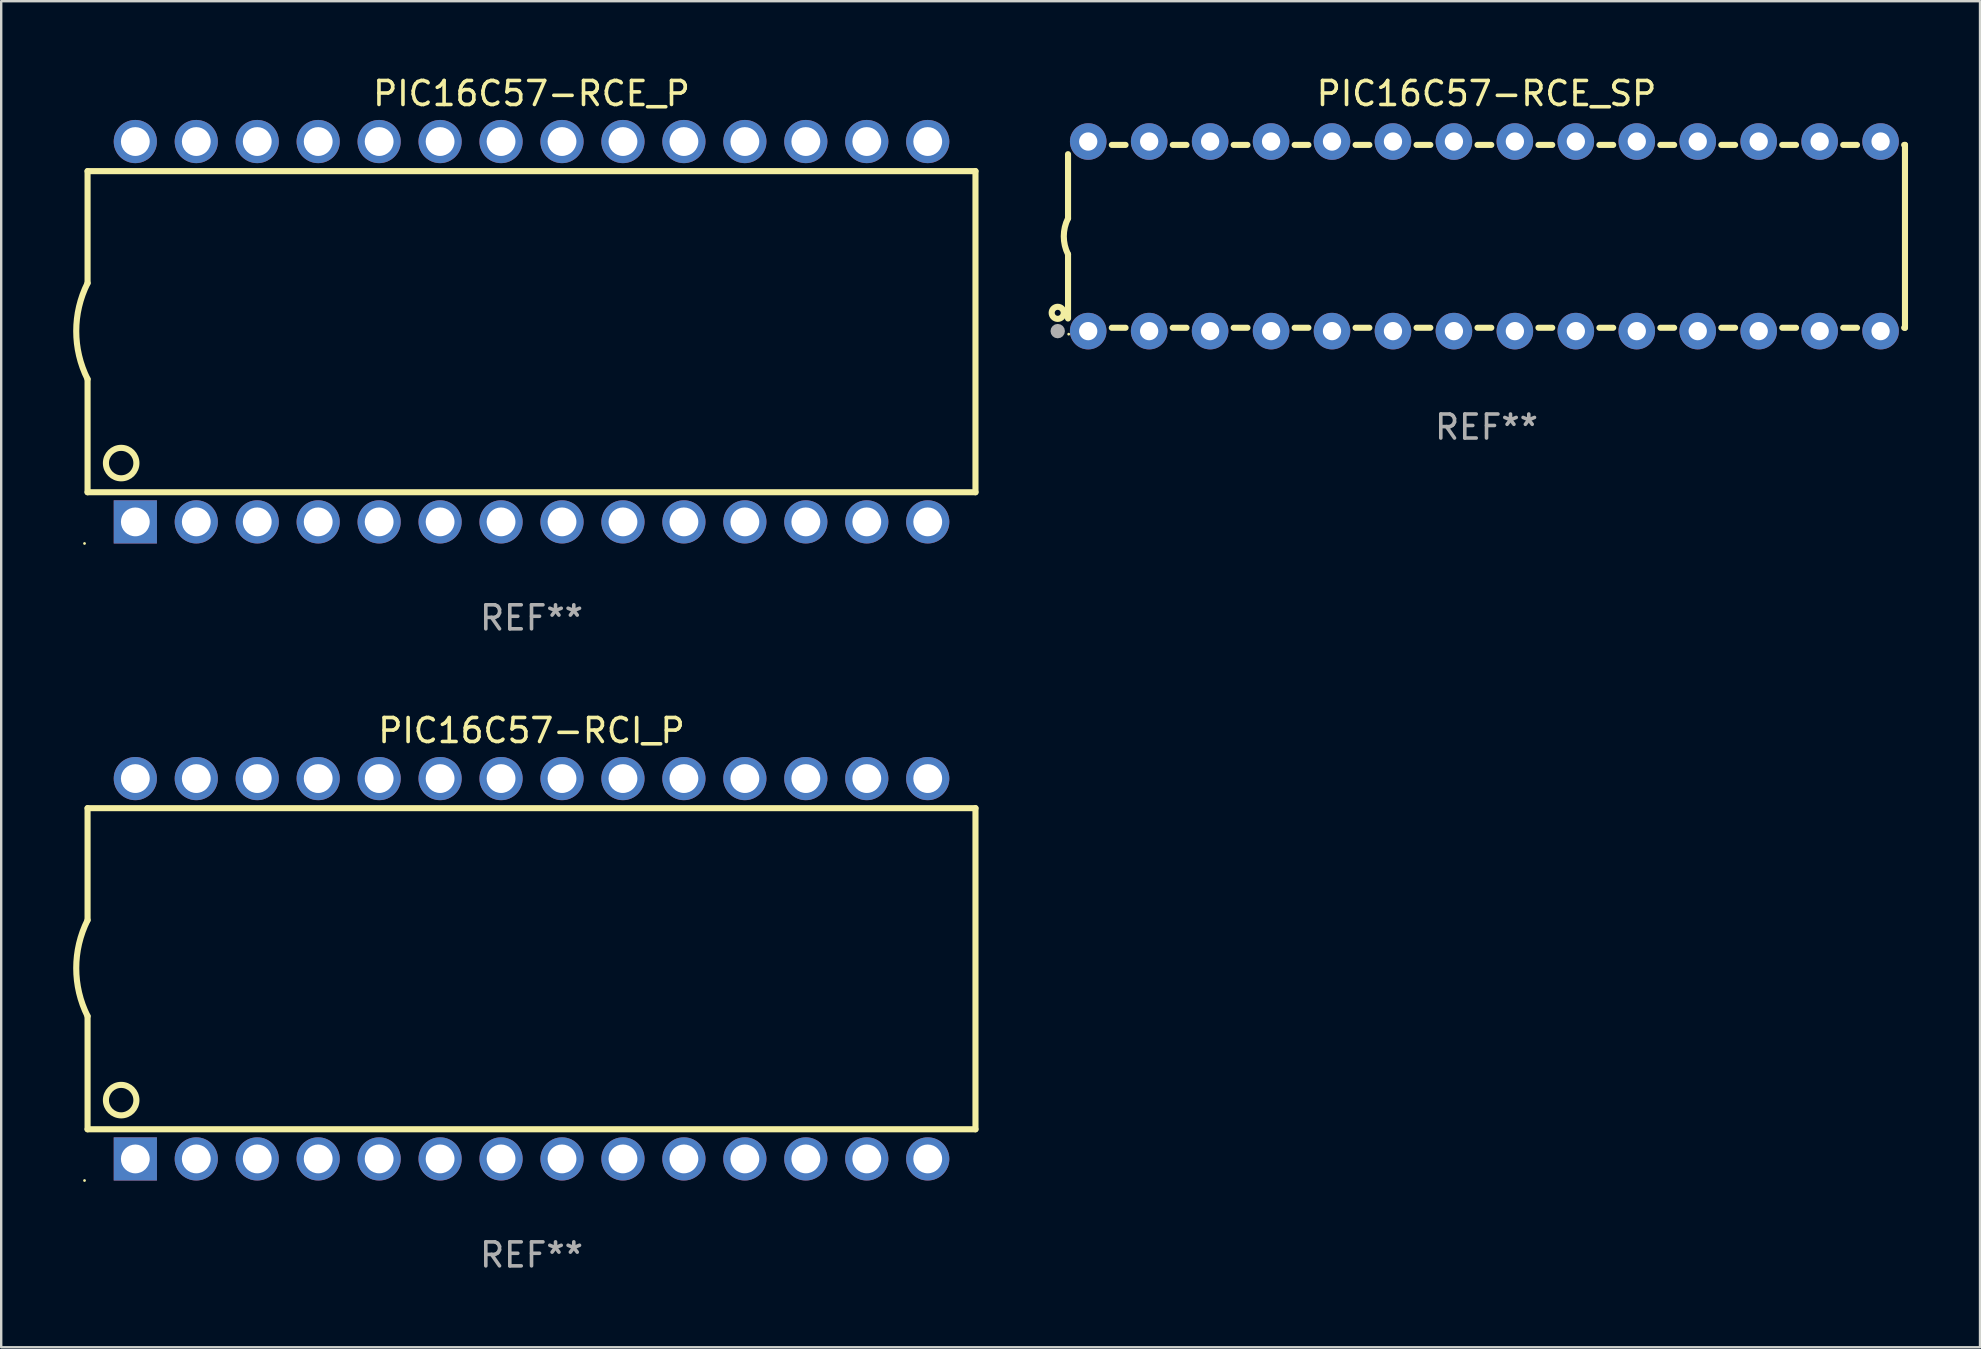
<source format=kicad_pcb>
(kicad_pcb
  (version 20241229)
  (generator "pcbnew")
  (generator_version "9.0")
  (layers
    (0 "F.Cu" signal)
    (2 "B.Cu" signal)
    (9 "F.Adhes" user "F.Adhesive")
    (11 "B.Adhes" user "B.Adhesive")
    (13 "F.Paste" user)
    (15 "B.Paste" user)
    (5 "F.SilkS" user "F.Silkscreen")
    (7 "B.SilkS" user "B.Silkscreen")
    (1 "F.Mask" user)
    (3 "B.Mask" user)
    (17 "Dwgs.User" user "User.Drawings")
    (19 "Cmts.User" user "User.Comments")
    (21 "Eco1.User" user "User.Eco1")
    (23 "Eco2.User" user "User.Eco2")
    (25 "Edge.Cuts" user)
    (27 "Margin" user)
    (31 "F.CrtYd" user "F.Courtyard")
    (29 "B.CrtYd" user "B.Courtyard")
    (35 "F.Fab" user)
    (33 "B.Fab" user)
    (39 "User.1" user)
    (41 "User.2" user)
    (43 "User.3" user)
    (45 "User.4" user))
  (footprint "PIC16C57-RCI_P"
    (layer "F.Cu")
    (at 19.099 37.319)
    (property "Reference" "PIC16C57-RCI_P" (at 0 -9.925 0) (layer "F.SilkS") (effects (font (size 1 1) (thickness 0.15))))
    (attr through_hole)
    (fp_line (start -18.5 -6.692) (end -18.5 -2.026) (stroke (width 0.254) (type solid)) (layer "F.SilkS"))
    (fp_line (start -18.5 6.689) (end -18.5 1.974) (stroke (width 0.254) (type solid)) (layer "F.SilkS"))
    (fp_line (start -18.5 6.689) (end 18.5 6.689) (stroke (width 0.254) (type solid)) (layer "F.SilkS"))
    (fp_line (start 18.5 -6.692) (end -18.5 -6.692) (stroke (width 0.254) (type solid)) (layer "F.SilkS"))
    (fp_line (start 18.5 6.689) (end 18.5 -6.692) (stroke (width 0.254) (type solid)) (layer "F.SilkS"))
    (fp_arc (start -18.500051 1.974346) (mid -18.972187 -0.025654) (end -18.500051 -2.025654) (stroke (width 0.254001) (type solid)) (layer "F.SilkS"))
    (fp_circle (center -18.627 8.824) (end -18.597 8.824) (stroke (width 0.06) (type solid)) (fill no) (layer "F.SilkS"))
    (fp_circle (center -17.1 5.474) (end -16.465 5.474) (stroke (width 0.254) (type solid)) (fill no) (layer "F.SilkS"))
    (fp_text user "REF**" (at 0 11.925 0) (layer "F.Fab") (effects (font (size 1 1) (thickness 0.15))))
    (pad "1" thru_hole rect (at -16.51 7.925) (size 1.8 1.8) (drill 1.2) (layers "*.Cu" "*.Mask"))
    (pad "2" thru_hole circle (at -13.97 7.924) (size 1.8 1.8) (drill 1.2) (layers "*.Cu" "*.Mask"))
    (pad "3" thru_hole circle (at -11.43 7.924) (size 1.8 1.8) (drill 1.2) (layers "*.Cu" "*.Mask"))
    (pad "4" thru_hole circle (at -8.89 7.924) (size 1.8 1.8) (drill 1.2) (layers "*.Cu" "*.Mask"))
    (pad "5" thru_hole circle (at -6.35 7.924) (size 1.8 1.8) (drill 1.2) (layers "*.Cu" "*.Mask"))
    (pad "6" thru_hole circle (at -3.81 7.924) (size 1.8 1.8) (drill 1.2) (layers "*.Cu" "*.Mask"))
    (pad "7" thru_hole circle (at -1.27 7.924) (size 1.8 1.8) (drill 1.2) (layers "*.Cu" "*.Mask"))
    (pad "8" thru_hole circle (at 1.27 7.924) (size 1.8 1.8) (drill 1.2) (layers "*.Cu" "*.Mask"))
    (pad "9" thru_hole circle (at 3.81 7.924) (size 1.8 1.8) (drill 1.2) (layers "*.Cu" "*.Mask"))
    (pad "10" thru_hole circle (at 6.35 7.924) (size 1.8 1.8) (drill 1.2) (layers "*.Cu" "*.Mask"))
    (pad "11" thru_hole circle (at 8.89 7.924) (size 1.8 1.8) (drill 1.2) (layers "*.Cu" "*.Mask"))
    (pad "12" thru_hole circle (at 11.43 7.924) (size 1.8 1.8) (drill 1.2) (layers "*.Cu" "*.Mask"))
    (pad "13" thru_hole circle (at 13.97 7.924) (size 1.8 1.8) (drill 1.2) (layers "*.Cu" "*.Mask"))
    (pad "14" thru_hole circle (at 16.51 7.924) (size 1.8 1.8) (drill 1.2) (layers "*.Cu" "*.Mask"))
    (pad "15" thru_hole circle (at 16.51 -7.925) (size 1.8 1.8) (drill 1.2) (layers "*.Cu" "*.Mask"))
    (pad "16" thru_hole circle (at 13.97 -7.925) (size 1.8 1.8) (drill 1.2) (layers "*.Cu" "*.Mask"))
    (pad "17" thru_hole circle (at 11.43 -7.925) (size 1.8 1.8) (drill 1.2) (layers "*.Cu" "*.Mask"))
    (pad "18" thru_hole circle (at 8.89 -7.925) (size 1.8 1.8) (drill 1.2) (layers "*.Cu" "*.Mask"))
    (pad "19" thru_hole circle (at 6.35 -7.925) (size 1.8 1.8) (drill 1.2) (layers "*.Cu" "*.Mask"))
    (pad "20" thru_hole circle (at 3.81 -7.925) (size 1.8 1.8) (drill 1.2) (layers "*.Cu" "*.Mask"))
    (pad "21" thru_hole circle (at 1.27 -7.925) (size 1.8 1.8) (drill 1.2) (layers "*.Cu" "*.Mask"))
    (pad "22" thru_hole circle (at -1.27 -7.925) (size 1.8 1.8) (drill 1.2) (layers "*.Cu" "*.Mask"))
    (pad "23" thru_hole circle (at -3.81 -7.925) (size 1.8 1.8) (drill 1.2) (layers "*.Cu" "*.Mask"))
    (pad "24" thru_hole circle (at -6.35 -7.925) (size 1.8 1.8) (drill 1.2) (layers "*.Cu" "*.Mask"))
    (pad "25" thru_hole circle (at -8.89 -7.925) (size 1.8 1.8) (drill 1.2) (layers "*.Cu" "*.Mask"))
    (pad "26" thru_hole circle (at -11.43 -7.925) (size 1.8 1.8) (drill 1.2) (layers "*.Cu" "*.Mask"))
    (pad "27" thru_hole circle (at -13.97 -7.925) (size 1.8 1.8) (drill 1.2) (layers "*.Cu" "*.Mask"))
    (pad "28" thru_hole circle (at -16.51 -7.925) (size 1.8 1.8) (drill 1.2) (layers "*.Cu" "*.Mask")))
  (footprint "PIC16C57-RCE_SP"
    (layer "F.Cu")
    (at 58.894 6.798)
    (property "Reference" "PIC16C57-RCE_SP" (at 0 -5.95 0) (layer "F.SilkS") (effects (font (size 1 1) (thickness 0.15))))
    (attr through_hole)
    (fp_line (start -17.438 0.75) (end -17.438 3.423) (stroke (width 0.254) (type solid)) (layer "F.SilkS"))
    (fp_line (start -17.438 -3.423) (end -17.438 -0.75) (stroke (width 0.254) (type solid)) (layer "F.SilkS"))
    (fp_line (start -15.615 3.81) (end -15.041 3.81) (stroke (width 0.254) (type solid)) (layer "F.SilkS"))
    (fp_line (start -15.041 -3.81) (end -15.614 -3.81) (stroke (width 0.254) (type solid)) (layer "F.SilkS"))
    (fp_line (start -13.075 3.81) (end -12.501 3.81) (stroke (width 0.254) (type solid)) (layer "F.SilkS"))
    (fp_line (start -12.501 -3.81) (end -13.074 -3.81) (stroke (width 0.254) (type solid)) (layer "F.SilkS"))
    (fp_line (start -10.535 3.81) (end -9.961 3.81) (stroke (width 0.254) (type solid)) (layer "F.SilkS"))
    (fp_line (start -9.961 -3.81) (end -10.534 -3.81) (stroke (width 0.254) (type solid)) (layer "F.SilkS"))
    (fp_line (start -7.995 3.81) (end -7.421 3.81) (stroke (width 0.254) (type solid)) (layer "F.SilkS"))
    (fp_line (start -7.421 -3.81) (end -7.995 -3.81) (stroke (width 0.254) (type solid)) (layer "F.SilkS"))
    (fp_line (start -5.455 3.81) (end -4.881 3.81) (stroke (width 0.254) (type solid)) (layer "F.SilkS"))
    (fp_line (start -4.881 -3.81) (end -5.455 -3.81) (stroke (width 0.254) (type solid)) (layer "F.SilkS"))
    (fp_line (start -2.915 3.81) (end -2.341 3.81) (stroke (width 0.254) (type solid)) (layer "F.SilkS"))
    (fp_line (start -2.341 -3.81) (end -2.915 -3.81) (stroke (width 0.254) (type solid)) (layer "F.SilkS"))
    (fp_line (start -0.375 3.81) (end 0.199 3.81) (stroke (width 0.254) (type solid)) (layer "F.SilkS"))
    (fp_line (start 0.199 -3.81) (end -0.375 -3.81) (stroke (width 0.254) (type solid)) (layer "F.SilkS"))
    (fp_line (start 2.165 3.81) (end 2.739 3.81) (stroke (width 0.254) (type solid)) (layer "F.SilkS"))
    (fp_line (start 2.739 -3.81) (end 2.165 -3.81) (stroke (width 0.254) (type solid)) (layer "F.SilkS"))
    (fp_line (start 4.705 3.81) (end 5.279 3.81) (stroke (width 0.254) (type solid)) (layer "F.SilkS"))
    (fp_line (start 5.279 -3.81) (end 4.705 -3.81) (stroke (width 0.254) (type solid)) (layer "F.SilkS"))
    (fp_line (start 7.245 3.81) (end 7.819 3.81) (stroke (width 0.254) (type solid)) (layer "F.SilkS"))
    (fp_line (start 7.819 -3.81) (end 7.245 -3.81) (stroke (width 0.254) (type solid)) (layer "F.SilkS"))
    (fp_line (start 9.785 3.81) (end 10.359 3.81) (stroke (width 0.254) (type solid)) (layer "F.SilkS"))
    (fp_line (start 10.359 -3.81) (end 9.785 -3.81) (stroke (width 0.254) (type solid)) (layer "F.SilkS"))
    (fp_line (start 12.325 3.81) (end 12.899 3.81) (stroke (width 0.254) (type solid)) (layer "F.SilkS"))
    (fp_line (start 12.899 -3.81) (end 12.325 -3.81) (stroke (width 0.254) (type solid)) (layer "F.SilkS"))
    (fp_line (start 14.865 3.81) (end 15.439 3.81) (stroke (width 0.254) (type solid)) (layer "F.SilkS"))
    (fp_line (start 15.439 -3.81) (end 14.865 -3.81) (stroke (width 0.254) (type solid)) (layer "F.SilkS"))
    (fp_line (start 17.405 3.81) (end 17.438 3.81) (stroke (width 0.254) (type solid)) (layer "F.SilkS"))
    (fp_line (start 17.438 -3.81) (end 17.405 -3.81) (stroke (width 0.254) (type solid)) (layer "F.SilkS"))
    (fp_line (start 17.438 -3.556) (end 17.438 -3.81) (stroke (width 0.254) (type solid)) (layer "F.SilkS"))
    (fp_line (start 17.438 3.81) (end 17.438 -3.556) (stroke (width 0.254) (type solid)) (layer "F.SilkS"))
    (fp_arc (start -17.437986 0.749657) (mid -17.614887 -0.000024) (end -17.437783 -0.749657) (stroke (width 0.254001) (type solid)) (layer "F.SilkS"))
    (fp_circle (center -17.868 3.188) (end -17.743 3.188) (stroke (width 0.254) (type solid)) (fill no) (layer "F.SilkS"))
    (fp_circle (center -17.411 4.077) (end -17.381 4.077) (stroke (width 0.06) (type solid)) (fill no) (layer "F.SilkS"))
    (fp_circle (center -17.868 3.95) (end -17.718 3.95) (stroke (width 0.3) (type solid)) (fill no) (layer "F.Fab"))
    (fp_text user "REF**" (at 0 7.95 0) (layer "F.Fab") (effects (font (size 1 1) (thickness 0.15))))
    (pad "1" thru_hole circle (at -16.598 3.95) (size 1.524 1.524) (drill 0.762) (layers "*.Cu" "*.Mask"))
    (pad "2" thru_hole circle (at -14.058 3.95) (size 1.524 1.524) (drill 0.762) (layers "*.Cu" "*.Mask"))
    (pad "3" thru_hole circle (at -11.518 3.95) (size 1.524 1.524) (drill 0.762) (layers "*.Cu" "*.Mask"))
    (pad "4" thru_hole circle (at -8.978 3.95) (size 1.524 1.524) (drill 0.762) (layers "*.Cu" "*.Mask"))
    (pad "5" thru_hole circle (at -6.438 3.95) (size 1.524 1.524) (drill 0.762) (layers "*.Cu" "*.Mask"))
    (pad "6" thru_hole circle (at -3.898 3.95) (size 1.524 1.524) (drill 0.762) (layers "*.Cu" "*.Mask"))
    (pad "7" thru_hole circle (at -1.358 3.95) (size 1.524 1.524) (drill 0.762) (layers "*.Cu" "*.Mask"))
    (pad "8" thru_hole circle (at 1.182 3.95) (size 1.524 1.524) (drill 0.762) (layers "*.Cu" "*.Mask"))
    (pad "9" thru_hole circle (at 3.722 3.95) (size 1.524 1.524) (drill 0.762) (layers "*.Cu" "*.Mask"))
    (pad "10" thru_hole circle (at 6.262 3.95) (size 1.524 1.524) (drill 0.762) (layers "*.Cu" "*.Mask"))
    (pad "11" thru_hole circle (at 8.802 3.95) (size 1.524 1.524) (drill 0.762) (layers "*.Cu" "*.Mask"))
    (pad "12" thru_hole circle (at 11.342 3.95) (size 1.524 1.524) (drill 0.762) (layers "*.Cu" "*.Mask"))
    (pad "13" thru_hole circle (at 13.882 3.95) (size 1.524 1.524) (drill 0.762) (layers "*.Cu" "*.Mask"))
    (pad "14" thru_hole circle (at 16.422 3.95) (size 1.524 1.524) (drill 0.762) (layers "*.Cu" "*.Mask"))
    (pad "15" thru_hole circle (at 16.422 -3.95) (size 1.524 1.524) (drill 0.762) (layers "*.Cu" "*.Mask"))
    (pad "16" thru_hole circle (at 13.882 -3.95) (size 1.524 1.524) (drill 0.762) (layers "*.Cu" "*.Mask"))
    (pad "17" thru_hole circle (at 11.342 -3.95) (size 1.524 1.524) (drill 0.762) (layers "*.Cu" "*.Mask"))
    (pad "18" thru_hole circle (at 8.802 -3.95) (size 1.524 1.524) (drill 0.762) (layers "*.Cu" "*.Mask"))
    (pad "19" thru_hole circle (at 6.262 -3.95) (size 1.524 1.524) (drill 0.762) (layers "*.Cu" "*.Mask"))
    (pad "20" thru_hole circle (at 3.722 -3.95) (size 1.524 1.524) (drill 0.762) (layers "*.Cu" "*.Mask"))
    (pad "21" thru_hole circle (at 1.182 -3.95) (size 1.524 1.524) (drill 0.762) (layers "*.Cu" "*.Mask"))
    (pad "22" thru_hole circle (at -1.358 -3.95) (size 1.524 1.524) (drill 0.762) (layers "*.Cu" "*.Mask"))
    (pad "23" thru_hole circle (at -3.898 -3.95) (size 1.524 1.524) (drill 0.762) (layers "*.Cu" "*.Mask"))
    (pad "24" thru_hole circle (at -6.438 -3.95) (size 1.524 1.524) (drill 0.762) (layers "*.Cu" "*.Mask"))
    (pad "25" thru_hole circle (at -8.978 -3.95) (size 1.524 1.524) (drill 0.762) (layers "*.Cu" "*.Mask"))
    (pad "26" thru_hole circle (at -11.517 -3.95) (size 1.524 1.524) (drill 0.762) (layers "*.Cu" "*.Mask"))
    (pad "27" thru_hole circle (at -14.057 -3.95) (size 1.524 1.524) (drill 0.762) (layers "*.Cu" "*.Mask"))
    (pad "28" thru_hole circle (at -16.597 -3.95) (size 1.524 1.524) (drill 0.762) (layers "*.Cu" "*.Mask")))
  (footprint "PIC16C57-RCE_P"
    (layer "F.Cu")
    (at 19.099 10.773)
    (property "Reference" "PIC16C57-RCE_P" (at 0 -9.925 0) (layer "F.SilkS") (effects (font (size 1 1) (thickness 0.15))))
    (attr through_hole)
    (fp_line (start -18.5 -6.692) (end -18.5 -2.026) (stroke (width 0.254) (type solid)) (layer "F.SilkS"))
    (fp_line (start -18.5 6.689) (end -18.5 1.974) (stroke (width 0.254) (type solid)) (layer "F.SilkS"))
    (fp_line (start -18.5 6.689) (end 18.5 6.689) (stroke (width 0.254) (type solid)) (layer "F.SilkS"))
    (fp_line (start 18.5 -6.692) (end -18.5 -6.692) (stroke (width 0.254) (type solid)) (layer "F.SilkS"))
    (fp_line (start 18.5 6.689) (end 18.5 -6.692) (stroke (width 0.254) (type solid)) (layer "F.SilkS"))
    (fp_arc (start -18.500051 1.974346) (mid -18.972187 -0.025654) (end -18.500051 -2.025654) (stroke (width 0.254001) (type solid)) (layer "F.SilkS"))
    (fp_circle (center -18.627 8.824) (end -18.597 8.824) (stroke (width 0.06) (type solid)) (fill no) (layer "F.SilkS"))
    (fp_circle (center -17.1 5.474) (end -16.465 5.474) (stroke (width 0.254) (type solid)) (fill no) (layer "F.SilkS"))
    (fp_text user "REF**" (at 0 11.925 0) (layer "F.Fab") (effects (font (size 1 1) (thickness 0.15))))
    (pad "1" thru_hole rect (at -16.51 7.925) (size 1.8 1.8) (drill 1.2) (layers "*.Cu" "*.Mask"))
    (pad "2" thru_hole circle (at -13.97 7.924) (size 1.8 1.8) (drill 1.2) (layers "*.Cu" "*.Mask"))
    (pad "3" thru_hole circle (at -11.43 7.924) (size 1.8 1.8) (drill 1.2) (layers "*.Cu" "*.Mask"))
    (pad "4" thru_hole circle (at -8.89 7.924) (size 1.8 1.8) (drill 1.2) (layers "*.Cu" "*.Mask"))
    (pad "5" thru_hole circle (at -6.35 7.924) (size 1.8 1.8) (drill 1.2) (layers "*.Cu" "*.Mask"))
    (pad "6" thru_hole circle (at -3.81 7.924) (size 1.8 1.8) (drill 1.2) (layers "*.Cu" "*.Mask"))
    (pad "7" thru_hole circle (at -1.27 7.924) (size 1.8 1.8) (drill 1.2) (layers "*.Cu" "*.Mask"))
    (pad "8" thru_hole circle (at 1.27 7.924) (size 1.8 1.8) (drill 1.2) (layers "*.Cu" "*.Mask"))
    (pad "9" thru_hole circle (at 3.81 7.924) (size 1.8 1.8) (drill 1.2) (layers "*.Cu" "*.Mask"))
    (pad "10" thru_hole circle (at 6.35 7.924) (size 1.8 1.8) (drill 1.2) (layers "*.Cu" "*.Mask"))
    (pad "11" thru_hole circle (at 8.89 7.924) (size 1.8 1.8) (drill 1.2) (layers "*.Cu" "*.Mask"))
    (pad "12" thru_hole circle (at 11.43 7.924) (size 1.8 1.8) (drill 1.2) (layers "*.Cu" "*.Mask"))
    (pad "13" thru_hole circle (at 13.97 7.924) (size 1.8 1.8) (drill 1.2) (layers "*.Cu" "*.Mask"))
    (pad "14" thru_hole circle (at 16.51 7.924) (size 1.8 1.8) (drill 1.2) (layers "*.Cu" "*.Mask"))
    (pad "15" thru_hole circle (at 16.51 -7.925) (size 1.8 1.8) (drill 1.2) (layers "*.Cu" "*.Mask"))
    (pad "16" thru_hole circle (at 13.97 -7.925) (size 1.8 1.8) (drill 1.2) (layers "*.Cu" "*.Mask"))
    (pad "17" thru_hole circle (at 11.43 -7.925) (size 1.8 1.8) (drill 1.2) (layers "*.Cu" "*.Mask"))
    (pad "18" thru_hole circle (at 8.89 -7.925) (size 1.8 1.8) (drill 1.2) (layers "*.Cu" "*.Mask"))
    (pad "19" thru_hole circle (at 6.35 -7.925) (size 1.8 1.8) (drill 1.2) (layers "*.Cu" "*.Mask"))
    (pad "20" thru_hole circle (at 3.81 -7.925) (size 1.8 1.8) (drill 1.2) (layers "*.Cu" "*.Mask"))
    (pad "21" thru_hole circle (at 1.27 -7.925) (size 1.8 1.8) (drill 1.2) (layers "*.Cu" "*.Mask"))
    (pad "22" thru_hole circle (at -1.27 -7.925) (size 1.8 1.8) (drill 1.2) (layers "*.Cu" "*.Mask"))
    (pad "23" thru_hole circle (at -3.81 -7.925) (size 1.8 1.8) (drill 1.2) (layers "*.Cu" "*.Mask"))
    (pad "24" thru_hole circle (at -6.35 -7.925) (size 1.8 1.8) (drill 1.2) (layers "*.Cu" "*.Mask"))
    (pad "25" thru_hole circle (at -8.89 -7.925) (size 1.8 1.8) (drill 1.2) (layers "*.Cu" "*.Mask"))
    (pad "26" thru_hole circle (at -11.43 -7.925) (size 1.8 1.8) (drill 1.2) (layers "*.Cu" "*.Mask"))
    (pad "27" thru_hole circle (at -13.97 -7.925) (size 1.8 1.8) (drill 1.2) (layers "*.Cu" "*.Mask"))
    (pad "28" thru_hole circle (at -16.51 -7.925) (size 1.8 1.8) (drill 1.2) (layers "*.Cu" "*.Mask")))
  (gr_rect
    (start -3 -3)
    (end 79.459 53.092)
    (stroke (width 0.1) (type default))
    (fill no)
    (layer "Edge.Cuts")))
</source>
